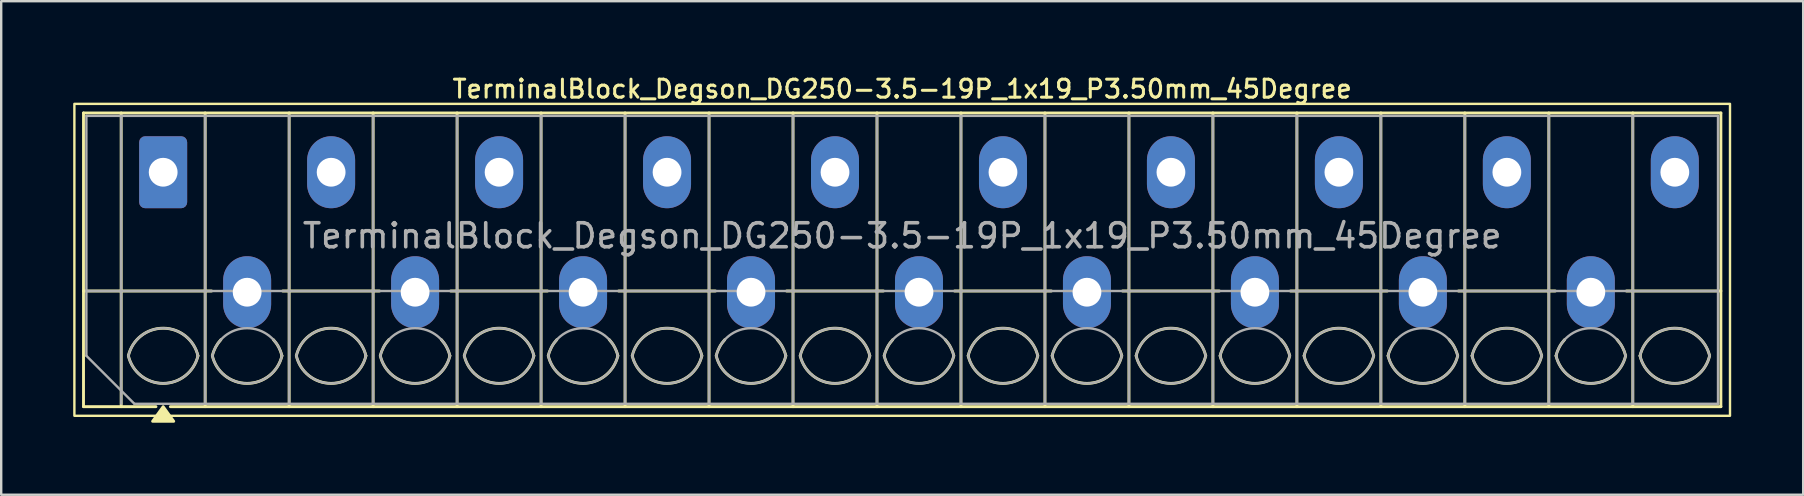
<source format=kicad_pcb>
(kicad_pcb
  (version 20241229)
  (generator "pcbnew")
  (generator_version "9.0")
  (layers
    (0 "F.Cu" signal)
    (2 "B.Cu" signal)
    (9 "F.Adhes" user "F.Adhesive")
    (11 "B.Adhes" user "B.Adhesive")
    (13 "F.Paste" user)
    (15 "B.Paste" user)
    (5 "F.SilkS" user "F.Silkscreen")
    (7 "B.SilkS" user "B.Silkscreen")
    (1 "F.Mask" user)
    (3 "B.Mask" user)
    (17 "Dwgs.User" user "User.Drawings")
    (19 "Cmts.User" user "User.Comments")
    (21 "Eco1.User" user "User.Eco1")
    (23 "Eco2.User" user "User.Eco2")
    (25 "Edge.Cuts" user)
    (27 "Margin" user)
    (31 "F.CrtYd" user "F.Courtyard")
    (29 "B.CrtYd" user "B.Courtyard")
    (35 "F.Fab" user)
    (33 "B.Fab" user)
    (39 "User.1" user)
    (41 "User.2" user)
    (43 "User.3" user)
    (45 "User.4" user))
  (footprint "TerminalBlock_Degson_DG250-3.5-19P_1x19_P3.50mm_45Degree"
    (layer "F.Cu")
    (at 3.75 4.128)
    (property "Reference" "TerminalBlock_Degson_DG250-3.5-19P_1x19_P3.50mm_45Degree" (at 30.8 -3.47 0) (layer "F.SilkS") (effects (font (size 0.75 0.75) (thickness 0.125))))
    (attr through_hole)
    (fp_line (start -3.32 -2.47) (end 64.92 -2.47) (stroke (width 0.12) (type solid)) (layer "F.SilkS"))
    (fp_line (start -3.32 4.95) (end 2.02 4.95) (stroke (width 0.12) (type solid)) (layer "F.SilkS"))
    (fp_line (start -3.32 9.77) (end -3.32 -2.47) (stroke (width 0.12) (type solid)) (layer "F.SilkS"))
    (fp_line (start -1.75 -2.47) (end -1.75 9.77) (stroke (width 0.12) (type solid)) (layer "F.SilkS"))
    (fp_line (start -0.3 9.77) (end -3.32 9.77) (stroke (width 0.12) (type solid)) (layer "F.SilkS"))
    (fp_line (start 1.75 -2.47) (end 1.75 9.77) (stroke (width 0.12) (type solid)) (layer "F.SilkS"))
    (fp_line (start 4.98 4.95) (end 9.02 4.95) (stroke (width 0.12) (type solid)) (layer "F.SilkS"))
    (fp_line (start 5.25 -2.47) (end 5.25 9.77) (stroke (width 0.12) (type solid)) (layer "F.SilkS"))
    (fp_line (start 8.75 -2.47) (end 8.75 9.77) (stroke (width 0.12) (type solid)) (layer "F.SilkS"))
    (fp_line (start 11.98 4.95) (end 16.02 4.95) (stroke (width 0.12) (type solid)) (layer "F.SilkS"))
    (fp_line (start 12.25 -2.47) (end 12.25 9.77) (stroke (width 0.12) (type solid)) (layer "F.SilkS"))
    (fp_line (start 15.75 -2.47) (end 15.75 9.77) (stroke (width 0.12) (type solid)) (layer "F.SilkS"))
    (fp_line (start 18.98 4.95) (end 23.02 4.95) (stroke (width 0.12) (type solid)) (layer "F.SilkS"))
    (fp_line (start 19.25 -2.47) (end 19.25 9.77) (stroke (width 0.12) (type solid)) (layer "F.SilkS"))
    (fp_line (start 22.75 -2.47) (end 22.75 9.77) (stroke (width 0.12) (type solid)) (layer "F.SilkS"))
    (fp_line (start 25.98 4.95) (end 30.02 4.95) (stroke (width 0.12) (type solid)) (layer "F.SilkS"))
    (fp_line (start 26.25 -2.47) (end 26.25 9.77) (stroke (width 0.12) (type solid)) (layer "F.SilkS"))
    (fp_line (start 29.75 -2.47) (end 29.75 9.77) (stroke (width 0.12) (type solid)) (layer "F.SilkS"))
    (fp_line (start 32.98 4.95) (end 37.02 4.95) (stroke (width 0.12) (type solid)) (layer "F.SilkS"))
    (fp_line (start 33.25 -2.47) (end 33.25 9.77) (stroke (width 0.12) (type solid)) (layer "F.SilkS"))
    (fp_line (start 36.75 -2.47) (end 36.75 9.77) (stroke (width 0.12) (type solid)) (layer "F.SilkS"))
    (fp_line (start 39.98 4.95) (end 44.02 4.95) (stroke (width 0.12) (type solid)) (layer "F.SilkS"))
    (fp_line (start 40.25 -2.47) (end 40.25 9.77) (stroke (width 0.12) (type solid)) (layer "F.SilkS"))
    (fp_line (start 43.75 -2.47) (end 43.75 9.77) (stroke (width 0.12) (type solid)) (layer "F.SilkS"))
    (fp_line (start 46.98 4.95) (end 51.02 4.95) (stroke (width 0.12) (type solid)) (layer "F.SilkS"))
    (fp_line (start 47.25 -2.47) (end 47.25 9.77) (stroke (width 0.12) (type solid)) (layer "F.SilkS"))
    (fp_line (start 50.75 -2.47) (end 50.75 9.77) (stroke (width 0.12) (type solid)) (layer "F.SilkS"))
    (fp_line (start 53.98 4.95) (end 58.02 4.95) (stroke (width 0.12) (type solid)) (layer "F.SilkS"))
    (fp_line (start 54.25 -2.47) (end 54.25 9.77) (stroke (width 0.12) (type solid)) (layer "F.SilkS"))
    (fp_line (start 57.75 -2.47) (end 57.75 9.77) (stroke (width 0.12) (type solid)) (layer "F.SilkS"))
    (fp_line (start 60.98 4.95) (end 64.92 4.95) (stroke (width 0.12) (type solid)) (layer "F.SilkS"))
    (fp_line (start 61.25 -2.47) (end 61.25 9.77) (stroke (width 0.12) (type solid)) (layer "F.SilkS"))
    (fp_line (start 64.92 -2.47) (end 64.92 9.77) (stroke (width 0.12) (type solid)) (layer "F.SilkS"))
    (fp_line (start 64.92 9.77) (end 0.3 9.77) (stroke (width 0.12) (type solid)) (layer "F.SilkS"))
    (fp_rect (start -3.7 -2.85) (end 65.3 10.15) (stroke (width 0.1) (type solid)) (fill no) (layer "F.SilkS"))
    (fp_arc (start -1.45 7.65) (mid 0 6.5) (end 1.45 7.65) (stroke (width 0.12) (type solid)) (layer "F.SilkS"))
    (fp_arc (start 1.45 7.65) (mid 0 8.8) (end -1.45 7.65) (stroke (width 0.12) (type solid)) (layer "F.SilkS"))
    (fp_arc (start 2.05 7.65) (mid 2.18402 7.291962) (end 2.405 6.98) (stroke (width 0.12) (type solid)) (layer "F.SilkS"))
    (fp_arc (start 4.595 6.98) (mid 4.81598 7.291962) (end 4.95 7.65) (stroke (width 0.12) (type solid)) (layer "F.SilkS"))
    (fp_arc (start 4.95 7.65) (mid 3.5 8.8) (end 2.05 7.65) (stroke (width 0.12) (type solid)) (layer "F.SilkS"))
    (fp_arc (start 5.55 7.65) (mid 7 6.5) (end 8.45 7.65) (stroke (width 0.12) (type solid)) (layer "F.SilkS"))
    (fp_arc (start 8.45 7.65) (mid 7 8.8) (end 5.55 7.65) (stroke (width 0.12) (type solid)) (layer "F.SilkS"))
    (fp_arc (start 9.05 7.65) (mid 9.18402 7.291962) (end 9.405 6.98) (stroke (width 0.12) (type solid)) (layer "F.SilkS"))
    (fp_arc (start 11.595 6.98) (mid 11.81598 7.291962) (end 11.95 7.65) (stroke (width 0.12) (type solid)) (layer "F.SilkS"))
    (fp_arc (start 11.95 7.65) (mid 10.5 8.8) (end 9.05 7.65) (stroke (width 0.12) (type solid)) (layer "F.SilkS"))
    (fp_arc (start 12.55 7.65) (mid 14 6.5) (end 15.45 7.65) (stroke (width 0.12) (type solid)) (layer "F.SilkS"))
    (fp_arc (start 15.45 7.65) (mid 14 8.8) (end 12.55 7.65) (stroke (width 0.12) (type solid)) (layer "F.SilkS"))
    (fp_arc (start 16.05 7.65) (mid 16.18402 7.291962) (end 16.405 6.98) (stroke (width 0.12) (type solid)) (layer "F.SilkS"))
    (fp_arc (start 18.595 6.98) (mid 18.81598 7.291962) (end 18.95 7.65) (stroke (width 0.12) (type solid)) (layer "F.SilkS"))
    (fp_arc (start 18.95 7.65) (mid 17.5 8.8) (end 16.05 7.65) (stroke (width 0.12) (type solid)) (layer "F.SilkS"))
    (fp_arc (start 19.55 7.65) (mid 21 6.5) (end 22.45 7.65) (stroke (width 0.12) (type solid)) (layer "F.SilkS"))
    (fp_arc (start 22.45 7.65) (mid 21 8.8) (end 19.55 7.65) (stroke (width 0.12) (type solid)) (layer "F.SilkS"))
    (fp_arc (start 23.05 7.65) (mid 23.18402 7.291962) (end 23.405 6.98) (stroke (width 0.12) (type solid)) (layer "F.SilkS"))
    (fp_arc (start 25.595 6.98) (mid 25.81598 7.291962) (end 25.95 7.65) (stroke (width 0.12) (type solid)) (layer "F.SilkS"))
    (fp_arc (start 25.95 7.65) (mid 24.5 8.8) (end 23.05 7.65) (stroke (width 0.12) (type solid)) (layer "F.SilkS"))
    (fp_arc (start 26.55 7.65) (mid 28 6.5) (end 29.45 7.65) (stroke (width 0.12) (type solid)) (layer "F.SilkS"))
    (fp_arc (start 29.45 7.65) (mid 28 8.8) (end 26.55 7.65) (stroke (width 0.12) (type solid)) (layer "F.SilkS"))
    (fp_arc (start 30.05 7.65) (mid 30.18402 7.291962) (end 30.405 6.98) (stroke (width 0.12) (type solid)) (layer "F.SilkS"))
    (fp_arc (start 32.595 6.98) (mid 32.81598 7.291962) (end 32.95 7.65) (stroke (width 0.12) (type solid)) (layer "F.SilkS"))
    (fp_arc (start 32.95 7.65) (mid 31.5 8.8) (end 30.05 7.65) (stroke (width 0.12) (type solid)) (layer "F.SilkS"))
    (fp_arc (start 33.55 7.65) (mid 35 6.5) (end 36.45 7.65) (stroke (width 0.12) (type solid)) (layer "F.SilkS"))
    (fp_arc (start 36.45 7.65) (mid 35 8.8) (end 33.55 7.65) (stroke (width 0.12) (type solid)) (layer "F.SilkS"))
    (fp_arc (start 37.05 7.65) (mid 37.18402 7.291962) (end 37.405 6.98) (stroke (width 0.12) (type solid)) (layer "F.SilkS"))
    (fp_arc (start 39.595 6.98) (mid 39.81598 7.291962) (end 39.95 7.65) (stroke (width 0.12) (type solid)) (layer "F.SilkS"))
    (fp_arc (start 39.95 7.65) (mid 38.5 8.8) (end 37.05 7.65) (stroke (width 0.12) (type solid)) (layer "F.SilkS"))
    (fp_arc (start 40.55 7.65) (mid 42 6.5) (end 43.45 7.65) (stroke (width 0.12) (type solid)) (layer "F.SilkS"))
    (fp_arc (start 43.45 7.65) (mid 42 8.8) (end 40.55 7.65) (stroke (width 0.12) (type solid)) (layer "F.SilkS"))
    (fp_arc (start 44.05 7.65) (mid 44.18402 7.291962) (end 44.405 6.98) (stroke (width 0.12) (type solid)) (layer "F.SilkS"))
    (fp_arc (start 46.595 6.98) (mid 46.81598 7.291962) (end 46.95 7.65) (stroke (width 0.12) (type solid)) (layer "F.SilkS"))
    (fp_arc (start 46.95 7.65) (mid 45.5 8.8) (end 44.05 7.65) (stroke (width 0.12) (type solid)) (layer "F.SilkS"))
    (fp_arc (start 47.55 7.65) (mid 49 6.5) (end 50.45 7.65) (stroke (width 0.12) (type solid)) (layer "F.SilkS"))
    (fp_arc (start 50.45 7.65) (mid 49 8.8) (end 47.55 7.65) (stroke (width 0.12) (type solid)) (layer "F.SilkS"))
    (fp_arc (start 51.05 7.65) (mid 51.18402 7.291962) (end 51.405 6.98) (stroke (width 0.12) (type solid)) (layer "F.SilkS"))
    (fp_arc (start 53.595 6.98) (mid 53.81598 7.291962) (end 53.95 7.65) (stroke (width 0.12) (type solid)) (layer "F.SilkS"))
    (fp_arc (start 53.95 7.65) (mid 52.5 8.8) (end 51.05 7.65) (stroke (width 0.12) (type solid)) (layer "F.SilkS"))
    (fp_arc (start 54.55 7.65) (mid 56 6.5) (end 57.45 7.65) (stroke (width 0.12) (type solid)) (layer "F.SilkS"))
    (fp_arc (start 57.45 7.65) (mid 56 8.8) (end 54.55 7.65) (stroke (width 0.12) (type solid)) (layer "F.SilkS"))
    (fp_arc (start 58.05 7.65) (mid 58.18402 7.291962) (end 58.405 6.98) (stroke (width 0.12) (type solid)) (layer "F.SilkS"))
    (fp_arc (start 60.595 6.98) (mid 60.81598 7.291962) (end 60.95 7.65) (stroke (width 0.12) (type solid)) (layer "F.SilkS"))
    (fp_arc (start 60.95 7.65) (mid 59.5 8.8) (end 58.05 7.65) (stroke (width 0.12) (type solid)) (layer "F.SilkS"))
    (fp_arc (start 61.55 7.65) (mid 63 6.5) (end 64.45 7.65) (stroke (width 0.12) (type solid)) (layer "F.SilkS"))
    (fp_arc (start 64.45 7.65) (mid 63 8.8) (end 61.55 7.65) (stroke (width 0.12) (type solid)) (layer "F.SilkS"))
    (fp_poly (pts (xy 0 9.77) (xy 0.44 10.38) (xy -0.44 10.38)) (stroke (width 0.12) (type solid)) (fill yes) (layer "F.SilkS"))
    (fp_line (start -3.2 -2.35) (end 64.8 -2.35) (stroke (width 0.1) (type solid)) (layer "F.Fab"))
    (fp_line (start -3.2 4.95) (end 64.8 4.95) (stroke (width 0.1) (type solid)) (layer "F.Fab"))
    (fp_line (start -3.2 7.65) (end -3.2 -2.35) (stroke (width 0.1) (type solid)) (layer "F.Fab"))
    (fp_line (start -1.75 -2.35) (end -1.75 9.65) (stroke (width 0.1) (type solid)) (layer "F.Fab"))
    (fp_line (start -1.2 9.65) (end -3.2 7.65) (stroke (width 0.1) (type solid)) (layer "F.Fab"))
    (fp_line (start 1.75 -2.35) (end 1.75 9.65) (stroke (width 0.1) (type solid)) (layer "F.Fab"))
    (fp_line (start 5.25 -2.35) (end 5.25 9.65) (stroke (width 0.1) (type solid)) (layer "F.Fab"))
    (fp_line (start 8.75 -2.35) (end 8.75 9.65) (stroke (width 0.1) (type solid)) (layer "F.Fab"))
    (fp_line (start 12.25 -2.35) (end 12.25 9.65) (stroke (width 0.1) (type solid)) (layer "F.Fab"))
    (fp_line (start 15.75 -2.35) (end 15.75 9.65) (stroke (width 0.1) (type solid)) (layer "F.Fab"))
    (fp_line (start 19.25 -2.35) (end 19.25 9.65) (stroke (width 0.1) (type solid)) (layer "F.Fab"))
    (fp_line (start 22.75 -2.35) (end 22.75 9.65) (stroke (width 0.1) (type solid)) (layer "F.Fab"))
    (fp_line (start 26.25 -2.35) (end 26.25 9.65) (stroke (width 0.1) (type solid)) (layer "F.Fab"))
    (fp_line (start 29.75 -2.35) (end 29.75 9.65) (stroke (width 0.1) (type solid)) (layer "F.Fab"))
    (fp_line (start 33.25 -2.35) (end 33.25 9.65) (stroke (width 0.1) (type solid)) (layer "F.Fab"))
    (fp_line (start 36.75 -2.35) (end 36.75 9.65) (stroke (width 0.1) (type solid)) (layer "F.Fab"))
    (fp_line (start 40.25 -2.35) (end 40.25 9.65) (stroke (width 0.1) (type solid)) (layer "F.Fab"))
    (fp_line (start 43.75 -2.35) (end 43.75 9.65) (stroke (width 0.1) (type solid)) (layer "F.Fab"))
    (fp_line (start 47.25 -2.35) (end 47.25 9.65) (stroke (width 0.1) (type solid)) (layer "F.Fab"))
    (fp_line (start 50.75 -2.35) (end 50.75 9.65) (stroke (width 0.1) (type solid)) (layer "F.Fab"))
    (fp_line (start 54.25 -2.35) (end 54.25 9.65) (stroke (width 0.1) (type solid)) (layer "F.Fab"))
    (fp_line (start 57.75 -2.35) (end 57.75 9.65) (stroke (width 0.1) (type solid)) (layer "F.Fab"))
    (fp_line (start 61.25 -2.35) (end 61.25 9.65) (stroke (width 0.1) (type solid)) (layer "F.Fab"))
    (fp_line (start 64.8 -2.35) (end 64.8 9.65) (stroke (width 0.1) (type solid)) (layer "F.Fab"))
    (fp_line (start 64.8 9.65) (end -1.2 9.65) (stroke (width 0.1) (type solid)) (layer "F.Fab"))
    (fp_arc (start -1.45 7.65) (mid 0 6.5) (end 1.45 7.65) (stroke (width 0.1) (type solid)) (layer "F.Fab"))
    (fp_arc (start 1.45 7.65) (mid 0 8.8) (end -1.45 7.65) (stroke (width 0.1) (type solid)) (layer "F.Fab"))
    (fp_arc (start 2.05 7.65) (mid 3.5 6.5) (end 4.95 7.65) (stroke (width 0.1) (type solid)) (layer "F.Fab"))
    (fp_arc (start 4.95 7.65) (mid 3.5 8.8) (end 2.05 7.65) (stroke (width 0.1) (type solid)) (layer "F.Fab"))
    (fp_arc (start 5.55 7.65) (mid 7 6.5) (end 8.45 7.65) (stroke (width 0.1) (type solid)) (layer "F.Fab"))
    (fp_arc (start 8.45 7.65) (mid 7 8.8) (end 5.55 7.65) (stroke (width 0.1) (type solid)) (layer "F.Fab"))
    (fp_arc (start 9.05 7.65) (mid 10.5 6.5) (end 11.95 7.65) (stroke (width 0.1) (type solid)) (layer "F.Fab"))
    (fp_arc (start 11.95 7.65) (mid 10.5 8.8) (end 9.05 7.65) (stroke (width 0.1) (type solid)) (layer "F.Fab"))
    (fp_arc (start 12.55 7.65) (mid 14 6.5) (end 15.45 7.65) (stroke (width 0.1) (type solid)) (layer "F.Fab"))
    (fp_arc (start 15.45 7.65) (mid 14 8.8) (end 12.55 7.65) (stroke (width 0.1) (type solid)) (layer "F.Fab"))
    (fp_arc (start 16.05 7.65) (mid 17.5 6.5) (end 18.95 7.65) (stroke (width 0.1) (type solid)) (layer "F.Fab"))
    (fp_arc (start 18.95 7.65) (mid 17.5 8.8) (end 16.05 7.65) (stroke (width 0.1) (type solid)) (layer "F.Fab"))
    (fp_arc (start 19.55 7.65) (mid 21 6.5) (end 22.45 7.65) (stroke (width 0.1) (type solid)) (layer "F.Fab"))
    (fp_arc (start 22.45 7.65) (mid 21 8.8) (end 19.55 7.65) (stroke (width 0.1) (type solid)) (layer "F.Fab"))
    (fp_arc (start 23.05 7.65) (mid 24.5 6.5) (end 25.95 7.65) (stroke (width 0.1) (type solid)) (layer "F.Fab"))
    (fp_arc (start 25.95 7.65) (mid 24.5 8.8) (end 23.05 7.65) (stroke (width 0.1) (type solid)) (layer "F.Fab"))
    (fp_arc (start 26.55 7.65) (mid 28 6.5) (end 29.45 7.65) (stroke (width 0.1) (type solid)) (layer "F.Fab"))
    (fp_arc (start 29.45 7.65) (mid 28 8.8) (end 26.55 7.65) (stroke (width 0.1) (type solid)) (layer "F.Fab"))
    (fp_arc (start 30.05 7.65) (mid 31.5 6.5) (end 32.95 7.65) (stroke (width 0.1) (type solid)) (layer "F.Fab"))
    (fp_arc (start 32.95 7.65) (mid 31.5 8.8) (end 30.05 7.65) (stroke (width 0.1) (type solid)) (layer "F.Fab"))
    (fp_arc (start 33.55 7.65) (mid 35 6.5) (end 36.45 7.65) (stroke (width 0.1) (type solid)) (layer "F.Fab"))
    (fp_arc (start 36.45 7.65) (mid 35 8.8) (end 33.55 7.65) (stroke (width 0.1) (type solid)) (layer "F.Fab"))
    (fp_arc (start 37.05 7.65) (mid 38.5 6.5) (end 39.95 7.65) (stroke (width 0.1) (type solid)) (layer "F.Fab"))
    (fp_arc (start 39.95 7.65) (mid 38.5 8.8) (end 37.05 7.65) (stroke (width 0.1) (type solid)) (layer "F.Fab"))
    (fp_arc (start 40.55 7.65) (mid 42 6.5) (end 43.45 7.65) (stroke (width 0.1) (type solid)) (layer "F.Fab"))
    (fp_arc (start 43.45 7.65) (mid 42 8.8) (end 40.55 7.65) (stroke (width 0.1) (type solid)) (layer "F.Fab"))
    (fp_arc (start 44.05 7.65) (mid 45.5 6.5) (end 46.95 7.65) (stroke (width 0.1) (type solid)) (layer "F.Fab"))
    (fp_arc (start 46.95 7.65) (mid 45.5 8.8) (end 44.05 7.65) (stroke (width 0.1) (type solid)) (layer "F.Fab"))
    (fp_arc (start 47.55 7.65) (mid 49 6.5) (end 50.45 7.65) (stroke (width 0.1) (type solid)) (layer "F.Fab"))
    (fp_arc (start 50.45 7.65) (mid 49 8.8) (end 47.55 7.65) (stroke (width 0.1) (type solid)) (layer "F.Fab"))
    (fp_arc (start 51.05 7.65) (mid 52.5 6.5) (end 53.95 7.65) (stroke (width 0.1) (type solid)) (layer "F.Fab"))
    (fp_arc (start 53.95 7.65) (mid 52.5 8.8) (end 51.05 7.65) (stroke (width 0.1) (type solid)) (layer "F.Fab"))
    (fp_arc (start 54.55 7.65) (mid 56 6.5) (end 57.45 7.65) (stroke (width 0.1) (type solid)) (layer "F.Fab"))
    (fp_arc (start 57.45 7.65) (mid 56 8.8) (end 54.55 7.65) (stroke (width 0.1) (type solid)) (layer "F.Fab"))
    (fp_arc (start 58.05 7.65) (mid 59.5 6.5) (end 60.95 7.65) (stroke (width 0.1) (type solid)) (layer "F.Fab"))
    (fp_arc (start 60.95 7.65) (mid 59.5 8.8) (end 58.05 7.65) (stroke (width 0.1) (type solid)) (layer "F.Fab"))
    (fp_arc (start 61.55 7.65) (mid 63 6.5) (end 64.45 7.65) (stroke (width 0.1) (type solid)) (layer "F.Fab"))
    (fp_arc (start 64.45 7.65) (mid 63 8.8) (end 61.55 7.65) (stroke (width 0.1) (type solid)) (layer "F.Fab"))
    (fp_text user "${REFERENCE}" (at 30.8 2.65 0) (layer "F.Fab") (effects (font (size 1 1) (thickness 0.15))))
    (pad "1" thru_hole roundrect (at 0 0) (size 2 3) (drill 1.2) (layers "*.Cu" "*.Mask") (roundrect_rratio 0.125))
    (pad "2" thru_hole oval (at 3.5 5) (size 2 3) (drill 1.2) (layers "*.Cu" "*.Mask"))
    (pad "3" thru_hole oval (at 7 0) (size 2 3) (drill 1.2) (layers "*.Cu" "*.Mask"))
    (pad "4" thru_hole oval (at 10.5 5) (size 2 3) (drill 1.2) (layers "*.Cu" "*.Mask"))
    (pad "5" thru_hole oval (at 14 0) (size 2 3) (drill 1.2) (layers "*.Cu" "*.Mask"))
    (pad "6" thru_hole oval (at 17.5 5) (size 2 3) (drill 1.2) (layers "*.Cu" "*.Mask"))
    (pad "7" thru_hole oval (at 21 0) (size 2 3) (drill 1.2) (layers "*.Cu" "*.Mask"))
    (pad "8" thru_hole oval (at 24.5 5) (size 2 3) (drill 1.2) (layers "*.Cu" "*.Mask"))
    (pad "9" thru_hole oval (at 28 0) (size 2 3) (drill 1.2) (layers "*.Cu" "*.Mask"))
    (pad "10" thru_hole oval (at 31.5 5) (size 2 3) (drill 1.2) (layers "*.Cu" "*.Mask"))
    (pad "11" thru_hole oval (at 35 0) (size 2 3) (drill 1.2) (layers "*.Cu" "*.Mask"))
    (pad "12" thru_hole oval (at 38.5 5) (size 2 3) (drill 1.2) (layers "*.Cu" "*.Mask"))
    (pad "13" thru_hole oval (at 42 0) (size 2 3) (drill 1.2) (layers "*.Cu" "*.Mask"))
    (pad "14" thru_hole oval (at 45.5 5) (size 2 3) (drill 1.2) (layers "*.Cu" "*.Mask"))
    (pad "15" thru_hole oval (at 49 0) (size 2 3) (drill 1.2) (layers "*.Cu" "*.Mask"))
    (pad "16" thru_hole oval (at 52.5 5) (size 2 3) (drill 1.2) (layers "*.Cu" "*.Mask"))
    (pad "17" thru_hole oval (at 56 0) (size 2 3) (drill 1.2) (layers "*.Cu" "*.Mask"))
    (pad "18" thru_hole oval (at 59.5 5) (size 2 3) (drill 1.2) (layers "*.Cu" "*.Mask"))
    (pad "19" thru_hole oval (at 63 0) (size 2 3) (drill 1.2) (layers "*.Cu" "*.Mask")))
  (gr_rect
    (start -3 -3)
    (end 72.1 17.568)
    (stroke (width 0.1) (type default))
    (fill no)
    (layer "Edge.Cuts")))
</source>
